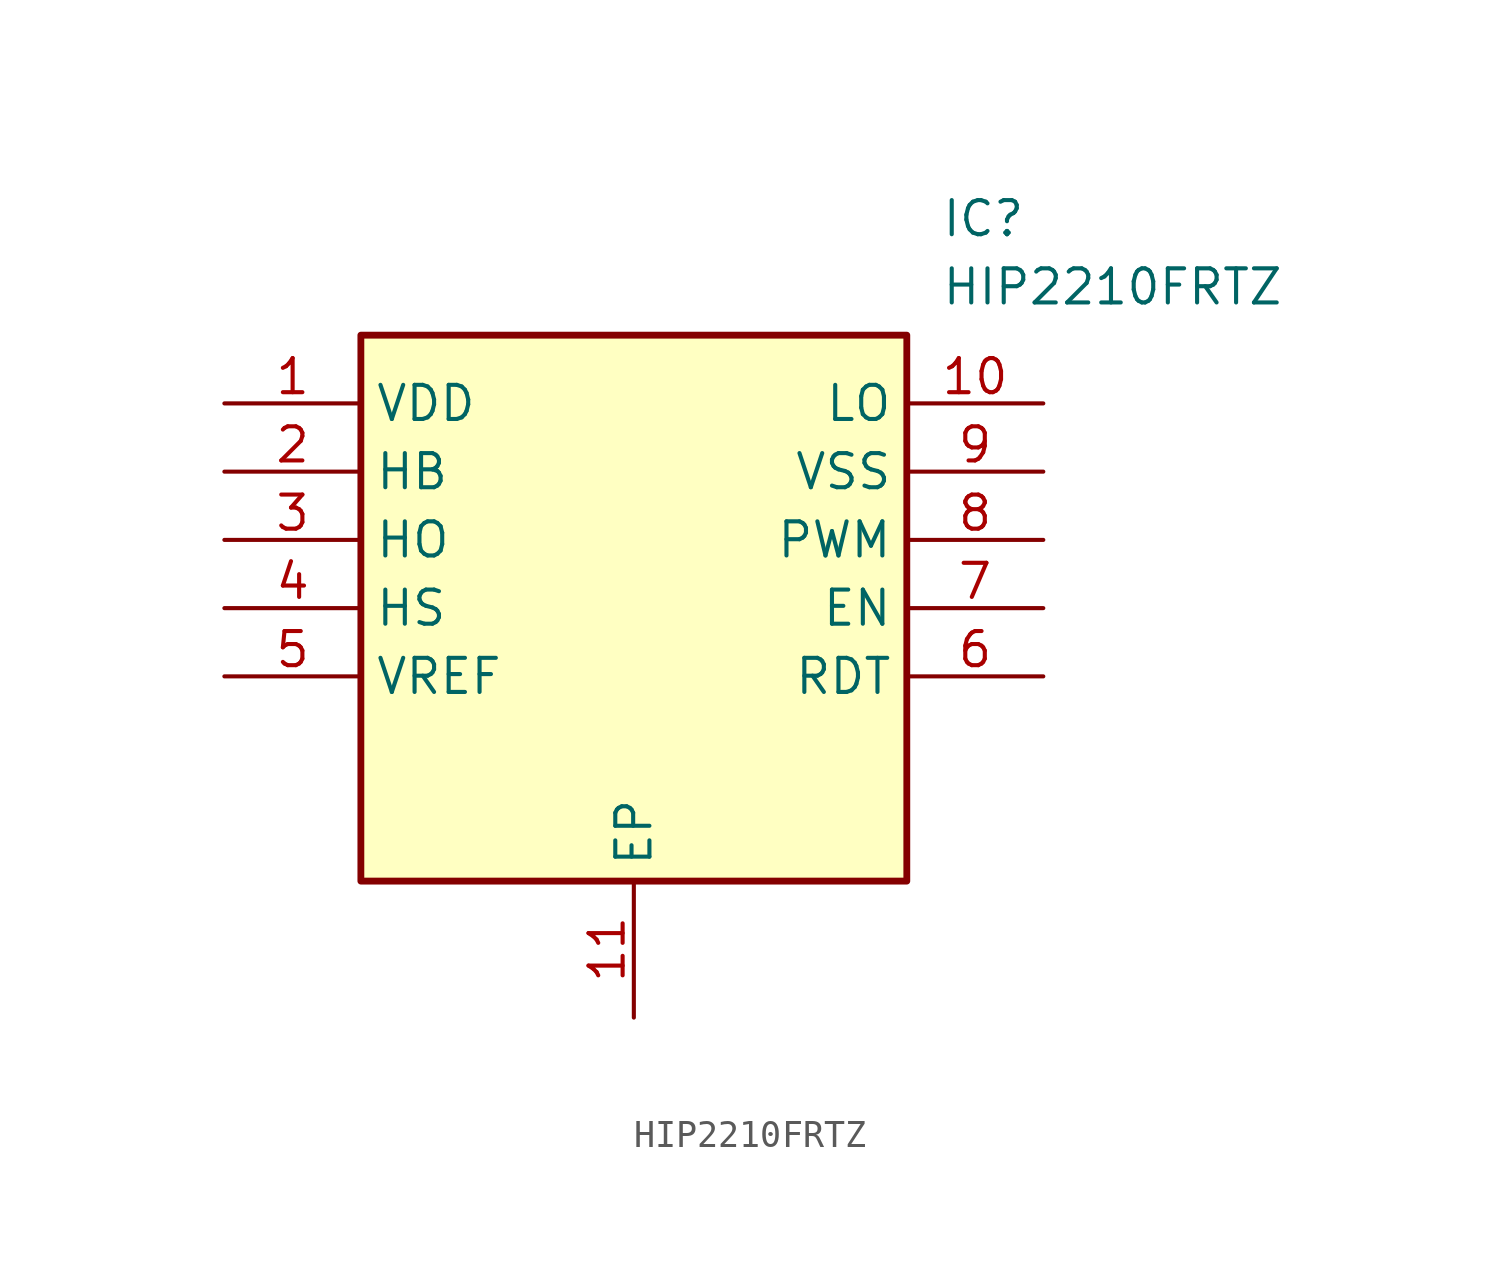
<source format=kicad_sym>
(kicad_symbol_lib
  (version 20211014)
  (generator SamacSys_ECAD_Model)
  (symbol "HIP2210FRTZ"
    (property "Reference" "IC"
      (at 26.67 7.62 0)
      (effects (font (size 1.27 1.27)) (justify left top)))
    (property "Value" "HIP2210FRTZ"
      (at 26.67 5.08 0)
      (effects (font (size 1.27 1.27)) (justify left top)))
    (rectangle
      (start 5.08 2.54)
      (end 25.4 -17.78)
      (stroke (width 0.254) (type default))
      (fill (type background)))
    (pin passive line
      (at 0 0 0)
      (length 5.08)
      (name "VDD" (effects (font (size 1.27 1.27))))
      (number "1" (effects (font (size 1.27 1.27)))))
    (pin passive line
      (at 0 -2.54 0)
      (length 5.08)
      (name "HB" (effects (font (size 1.27 1.27))))
      (number "2" (effects (font (size 1.27 1.27)))))
    (pin passive line
      (at 0 -5.08 0)
      (length 5.08)
      (name "HO" (effects (font (size 1.27 1.27))))
      (number "3" (effects (font (size 1.27 1.27)))))
    (pin passive line
      (at 0 -7.62 0)
      (length 5.08)
      (name "HS" (effects (font (size 1.27 1.27))))
      (number "4" (effects (font (size 1.27 1.27)))))
    (pin passive line
      (at 0 -10.16 0)
      (length 5.08)
      (name "VREF" (effects (font (size 1.27 1.27))))
      (number "5" (effects (font (size 1.27 1.27)))))
    (pin passive line
      (at 15.24 -22.86 90)
      (length 5.08)
      (name "EP" (effects (font (size 1.27 1.27))))
      (number "11" (effects (font (size 1.27 1.27)))))
    (pin passive line
      (at 30.48 0 180)
      (length 5.08)
      (name "LO" (effects (font (size 1.27 1.27))))
      (number "10" (effects (font (size 1.27 1.27)))))
    (pin passive line
      (at 30.48 -2.54 180)
      (length 5.08)
      (name "VSS" (effects (font (size 1.27 1.27))))
      (number "9" (effects (font (size 1.27 1.27)))))
    (pin passive line
      (at 30.48 -5.08 180)
      (length 5.08)
      (name "PWM" (effects (font (size 1.27 1.27))))
      (number "8" (effects (font (size 1.27 1.27)))))
    (pin passive line
      (at 30.48 -7.62 180)
      (length 5.08)
      (name "EN" (effects (font (size 1.27 1.27))))
      (number "7" (effects (font (size 1.27 1.27)))))
    (pin passive line
      (at 30.48 -10.16 180)
      (length 5.08)
      (name "RDT" (effects (font (size 1.27 1.27))))
      (number "6" (effects (font (size 1.27 1.27)))))))
</source>
